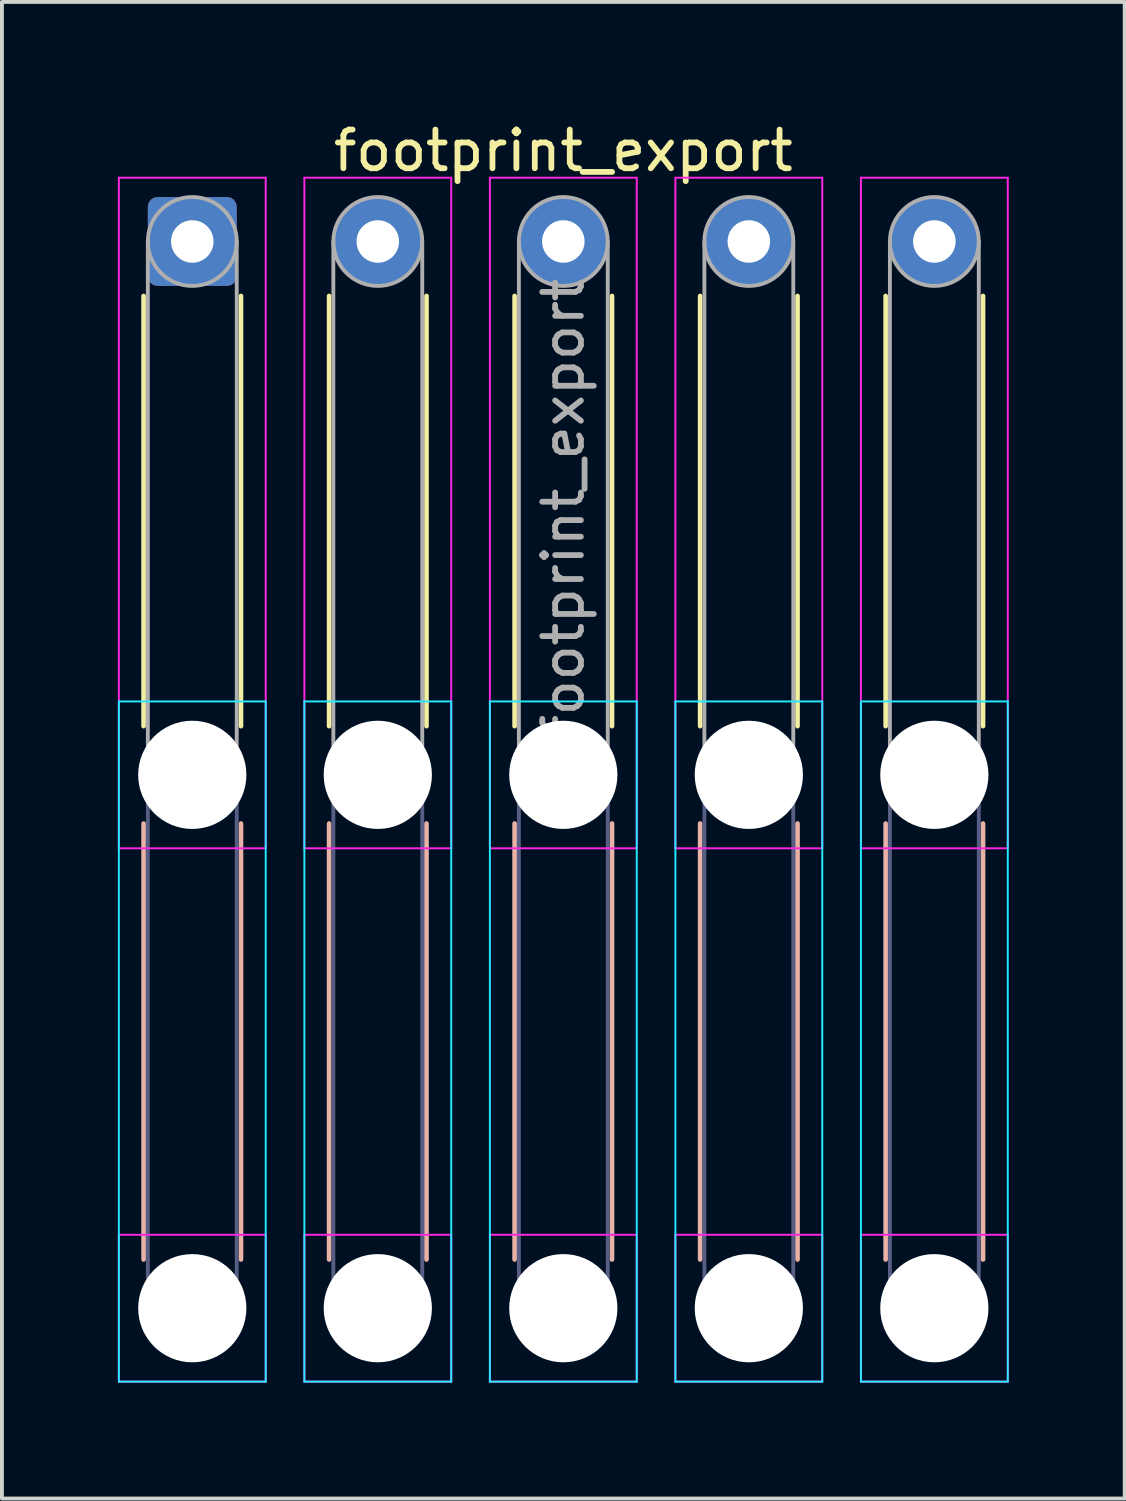
<source format=kicad_pcb>
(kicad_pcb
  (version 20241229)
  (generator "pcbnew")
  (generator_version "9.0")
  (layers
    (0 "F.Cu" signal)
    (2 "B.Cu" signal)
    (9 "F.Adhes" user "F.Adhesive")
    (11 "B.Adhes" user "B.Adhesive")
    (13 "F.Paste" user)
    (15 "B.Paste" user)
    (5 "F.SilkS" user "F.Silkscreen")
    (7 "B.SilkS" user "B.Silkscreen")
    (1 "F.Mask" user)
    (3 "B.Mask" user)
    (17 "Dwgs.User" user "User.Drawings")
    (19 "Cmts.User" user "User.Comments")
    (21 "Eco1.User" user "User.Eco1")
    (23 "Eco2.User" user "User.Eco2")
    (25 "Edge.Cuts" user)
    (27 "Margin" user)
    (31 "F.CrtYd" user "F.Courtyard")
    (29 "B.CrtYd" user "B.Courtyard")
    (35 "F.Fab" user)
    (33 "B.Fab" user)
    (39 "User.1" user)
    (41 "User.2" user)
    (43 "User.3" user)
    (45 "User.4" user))
  (footprint "footprint_export"
    (layer "F.Cu")
    (at 1.925 3.198)
    (property "Reference" "footprint_export" (at 9.6 -2.35 0) (layer "F.SilkS") (effects (font (size 1 1) (thickness 0.15))))
    (attr exclude_from_pos_files exclude_from_bom)
    (fp_line (start -1.26 1.41) (end -1.26 12.54) (stroke (width 0.12) (type solid)) (layer "F.SilkS"))
    (fp_line (start 1.26 1.41) (end 1.26 12.54) (stroke (width 0.12) (type solid)) (layer "F.SilkS"))
    (fp_line (start 3.54 1.41) (end 3.54 12.54) (stroke (width 0.12) (type solid)) (layer "F.SilkS"))
    (fp_line (start 6.06 1.41) (end 6.06 12.54) (stroke (width 0.12) (type solid)) (layer "F.SilkS"))
    (fp_line (start 8.34 1.41) (end 8.34 12.54) (stroke (width 0.12) (type solid)) (layer "F.SilkS"))
    (fp_line (start 10.86 1.41) (end 10.86 12.54) (stroke (width 0.12) (type solid)) (layer "F.SilkS"))
    (fp_line (start 13.14 1.41) (end 13.14 12.54) (stroke (width 0.12) (type solid)) (layer "F.SilkS"))
    (fp_line (start 15.66 1.41) (end 15.66 12.54) (stroke (width 0.12) (type solid)) (layer "F.SilkS"))
    (fp_line (start 17.94 1.41) (end 17.94 12.54) (stroke (width 0.12) (type solid)) (layer "F.SilkS"))
    (fp_line (start 20.46 1.41) (end 20.46 12.54) (stroke (width 0.12) (type solid)) (layer "F.SilkS"))
    (fp_line (start -1.26 15.06) (end -1.26 26.34) (stroke (width 0.12) (type solid)) (layer "B.SilkS"))
    (fp_line (start 1.26 15.06) (end 1.26 26.34) (stroke (width 0.12) (type solid)) (layer "B.SilkS"))
    (fp_line (start 3.54 15.06) (end 3.54 26.34) (stroke (width 0.12) (type solid)) (layer "B.SilkS"))
    (fp_line (start 6.06 15.06) (end 6.06 26.34) (stroke (width 0.12) (type solid)) (layer "B.SilkS"))
    (fp_line (start 8.34 15.06) (end 8.34 26.34) (stroke (width 0.12) (type solid)) (layer "B.SilkS"))
    (fp_line (start 10.86 15.06) (end 10.86 26.34) (stroke (width 0.12) (type solid)) (layer "B.SilkS"))
    (fp_line (start 13.14 15.06) (end 13.14 26.34) (stroke (width 0.12) (type solid)) (layer "B.SilkS"))
    (fp_line (start 15.66 15.06) (end 15.66 26.34) (stroke (width 0.12) (type solid)) (layer "B.SilkS"))
    (fp_line (start 17.94 15.06) (end 17.94 26.34) (stroke (width 0.12) (type solid)) (layer "B.SilkS"))
    (fp_line (start 20.46 15.06) (end 20.46 26.34) (stroke (width 0.12) (type solid)) (layer "B.SilkS"))
    (fp_line (start -1.9 11.9) (end -1.9 29.5) (stroke (width 0.05) (type solid)) (layer "B.CrtYd"))
    (fp_line (start -1.9 29.5) (end 1.9 29.5) (stroke (width 0.05) (type solid)) (layer "B.CrtYd"))
    (fp_line (start 1.9 11.9) (end -1.9 11.9) (stroke (width 0.05) (type solid)) (layer "B.CrtYd"))
    (fp_line (start 1.9 29.5) (end 1.9 11.9) (stroke (width 0.05) (type solid)) (layer "B.CrtYd"))
    (fp_line (start 2.9 11.9) (end 2.9 29.5) (stroke (width 0.05) (type solid)) (layer "B.CrtYd"))
    (fp_line (start 2.9 29.5) (end 6.7 29.5) (stroke (width 0.05) (type solid)) (layer "B.CrtYd"))
    (fp_line (start 6.7 11.9) (end 2.9 11.9) (stroke (width 0.05) (type solid)) (layer "B.CrtYd"))
    (fp_line (start 6.7 29.5) (end 6.7 11.9) (stroke (width 0.05) (type solid)) (layer "B.CrtYd"))
    (fp_line (start 7.7 11.9) (end 7.7 29.5) (stroke (width 0.05) (type solid)) (layer "B.CrtYd"))
    (fp_line (start 7.7 29.5) (end 11.5 29.5) (stroke (width 0.05) (type solid)) (layer "B.CrtYd"))
    (fp_line (start 11.5 11.9) (end 7.7 11.9) (stroke (width 0.05) (type solid)) (layer "B.CrtYd"))
    (fp_line (start 11.5 29.5) (end 11.5 11.9) (stroke (width 0.05) (type solid)) (layer "B.CrtYd"))
    (fp_line (start 12.5 11.9) (end 12.5 29.5) (stroke (width 0.05) (type solid)) (layer "B.CrtYd"))
    (fp_line (start 12.5 29.5) (end 16.3 29.5) (stroke (width 0.05) (type solid)) (layer "B.CrtYd"))
    (fp_line (start 16.3 11.9) (end 12.5 11.9) (stroke (width 0.05) (type solid)) (layer "B.CrtYd"))
    (fp_line (start 16.3 29.5) (end 16.3 11.9) (stroke (width 0.05) (type solid)) (layer "B.CrtYd"))
    (fp_line (start 17.3 11.9) (end 17.3 29.5) (stroke (width 0.05) (type solid)) (layer "B.CrtYd"))
    (fp_line (start 17.3 29.5) (end 21.1 29.5) (stroke (width 0.05) (type solid)) (layer "B.CrtYd"))
    (fp_line (start 21.1 11.9) (end 17.3 11.9) (stroke (width 0.05) (type solid)) (layer "B.CrtYd"))
    (fp_line (start 21.1 29.5) (end 21.1 11.9) (stroke (width 0.05) (type solid)) (layer "B.CrtYd"))
    (fp_line (start -1.9 -1.65) (end -1.9 15.7) (stroke (width 0.05) (type solid)) (layer "F.CrtYd"))
    (fp_line (start -1.9 15.7) (end 1.9 15.7) (stroke (width 0.05) (type solid)) (layer "F.CrtYd"))
    (fp_line (start -1.9 25.7) (end -1.9 29.5) (stroke (width 0.05) (type solid)) (layer "F.CrtYd"))
    (fp_line (start -1.9 29.5) (end 1.9 29.5) (stroke (width 0.05) (type solid)) (layer "F.CrtYd"))
    (fp_line (start 1.9 -1.65) (end -1.9 -1.65) (stroke (width 0.05) (type solid)) (layer "F.CrtYd"))
    (fp_line (start 1.9 15.7) (end 1.9 -1.65) (stroke (width 0.05) (type solid)) (layer "F.CrtYd"))
    (fp_line (start 1.9 25.7) (end -1.9 25.7) (stroke (width 0.05) (type solid)) (layer "F.CrtYd"))
    (fp_line (start 1.9 29.5) (end 1.9 25.7) (stroke (width 0.05) (type solid)) (layer "F.CrtYd"))
    (fp_line (start 2.9 -1.65) (end 2.9 15.7) (stroke (width 0.05) (type solid)) (layer "F.CrtYd"))
    (fp_line (start 2.9 15.7) (end 6.7 15.7) (stroke (width 0.05) (type solid)) (layer "F.CrtYd"))
    (fp_line (start 2.9 25.7) (end 2.9 29.5) (stroke (width 0.05) (type solid)) (layer "F.CrtYd"))
    (fp_line (start 2.9 29.5) (end 6.7 29.5) (stroke (width 0.05) (type solid)) (layer "F.CrtYd"))
    (fp_line (start 6.7 -1.65) (end 2.9 -1.65) (stroke (width 0.05) (type solid)) (layer "F.CrtYd"))
    (fp_line (start 6.7 15.7) (end 6.7 -1.65) (stroke (width 0.05) (type solid)) (layer "F.CrtYd"))
    (fp_line (start 6.7 25.7) (end 2.9 25.7) (stroke (width 0.05) (type solid)) (layer "F.CrtYd"))
    (fp_line (start 6.7 29.5) (end 6.7 25.7) (stroke (width 0.05) (type solid)) (layer "F.CrtYd"))
    (fp_line (start 7.7 -1.65) (end 7.7 15.7) (stroke (width 0.05) (type solid)) (layer "F.CrtYd"))
    (fp_line (start 7.7 15.7) (end 11.5 15.7) (stroke (width 0.05) (type solid)) (layer "F.CrtYd"))
    (fp_line (start 7.7 25.7) (end 7.7 29.5) (stroke (width 0.05) (type solid)) (layer "F.CrtYd"))
    (fp_line (start 7.7 29.5) (end 11.5 29.5) (stroke (width 0.05) (type solid)) (layer "F.CrtYd"))
    (fp_line (start 11.5 -1.65) (end 7.7 -1.65) (stroke (width 0.05) (type solid)) (layer "F.CrtYd"))
    (fp_line (start 11.5 15.7) (end 11.5 -1.65) (stroke (width 0.05) (type solid)) (layer "F.CrtYd"))
    (fp_line (start 11.5 25.7) (end 7.7 25.7) (stroke (width 0.05) (type solid)) (layer "F.CrtYd"))
    (fp_line (start 11.5 29.5) (end 11.5 25.7) (stroke (width 0.05) (type solid)) (layer "F.CrtYd"))
    (fp_line (start 12.5 -1.65) (end 12.5 15.7) (stroke (width 0.05) (type solid)) (layer "F.CrtYd"))
    (fp_line (start 12.5 15.7) (end 16.3 15.7) (stroke (width 0.05) (type solid)) (layer "F.CrtYd"))
    (fp_line (start 12.5 25.7) (end 12.5 29.5) (stroke (width 0.05) (type solid)) (layer "F.CrtYd"))
    (fp_line (start 12.5 29.5) (end 16.3 29.5) (stroke (width 0.05) (type solid)) (layer "F.CrtYd"))
    (fp_line (start 16.3 -1.65) (end 12.5 -1.65) (stroke (width 0.05) (type solid)) (layer "F.CrtYd"))
    (fp_line (start 16.3 15.7) (end 16.3 -1.65) (stroke (width 0.05) (type solid)) (layer "F.CrtYd"))
    (fp_line (start 16.3 25.7) (end 12.5 25.7) (stroke (width 0.05) (type solid)) (layer "F.CrtYd"))
    (fp_line (start 16.3 29.5) (end 16.3 25.7) (stroke (width 0.05) (type solid)) (layer "F.CrtYd"))
    (fp_line (start 17.3 -1.65) (end 17.3 15.7) (stroke (width 0.05) (type solid)) (layer "F.CrtYd"))
    (fp_line (start 17.3 15.7) (end 21.1 15.7) (stroke (width 0.05) (type solid)) (layer "F.CrtYd"))
    (fp_line (start 17.3 25.7) (end 17.3 29.5) (stroke (width 0.05) (type solid)) (layer "F.CrtYd"))
    (fp_line (start 17.3 29.5) (end 21.1 29.5) (stroke (width 0.05) (type solid)) (layer "F.CrtYd"))
    (fp_line (start 21.1 -1.65) (end 17.3 -1.65) (stroke (width 0.05) (type solid)) (layer "F.CrtYd"))
    (fp_line (start 21.1 15.7) (end 21.1 -1.65) (stroke (width 0.05) (type solid)) (layer "F.CrtYd"))
    (fp_line (start 21.1 25.7) (end 17.3 25.7) (stroke (width 0.05) (type solid)) (layer "F.CrtYd"))
    (fp_line (start 21.1 29.5) (end 21.1 25.7) (stroke (width 0.05) (type solid)) (layer "F.CrtYd"))
    (fp_line (start -1.15 13.8) (end -1.15 27.6) (stroke (width 0.1) (type solid)) (layer "B.Fab"))
    (fp_line (start 1.15 13.8) (end 1.15 27.6) (stroke (width 0.1) (type solid)) (layer "B.Fab"))
    (fp_line (start 3.65 13.8) (end 3.65 27.6) (stroke (width 0.1) (type solid)) (layer "B.Fab"))
    (fp_line (start 5.95 13.8) (end 5.95 27.6) (stroke (width 0.1) (type solid)) (layer "B.Fab"))
    (fp_line (start 8.45 13.8) (end 8.45 27.6) (stroke (width 0.1) (type solid)) (layer "B.Fab"))
    (fp_line (start 10.75 13.8) (end 10.75 27.6) (stroke (width 0.1) (type solid)) (layer "B.Fab"))
    (fp_line (start 13.25 13.8) (end 13.25 27.6) (stroke (width 0.1) (type solid)) (layer "B.Fab"))
    (fp_line (start 15.55 13.8) (end 15.55 27.6) (stroke (width 0.1) (type solid)) (layer "B.Fab"))
    (fp_line (start 18.05 13.8) (end 18.05 27.6) (stroke (width 0.1) (type solid)) (layer "B.Fab"))
    (fp_line (start 20.35 13.8) (end 20.35 27.6) (stroke (width 0.1) (type solid)) (layer "B.Fab"))
    (fp_circle (center 0 13.8) (end 1.15 13.8) (stroke (width 0.1) (type solid)) (fill no) (layer "B.Fab"))
    (fp_circle (center 0 27.6) (end 1.15 27.6) (stroke (width 0.1) (type solid)) (fill no) (layer "B.Fab"))
    (fp_circle (center 4.8 13.8) (end 5.95 13.8) (stroke (width 0.1) (type solid)) (fill no) (layer "B.Fab"))
    (fp_circle (center 4.8 27.6) (end 5.95 27.6) (stroke (width 0.1) (type solid)) (fill no) (layer "B.Fab"))
    (fp_circle (center 9.6 13.8) (end 10.75 13.8) (stroke (width 0.1) (type solid)) (fill no) (layer "B.Fab"))
    (fp_circle (center 9.6 27.6) (end 10.75 27.6) (stroke (width 0.1) (type solid)) (fill no) (layer "B.Fab"))
    (fp_circle (center 14.4 13.8) (end 15.55 13.8) (stroke (width 0.1) (type solid)) (fill no) (layer "B.Fab"))
    (fp_circle (center 14.4 27.6) (end 15.55 27.6) (stroke (width 0.1) (type solid)) (fill no) (layer "B.Fab"))
    (fp_circle (center 19.2 13.8) (end 20.35 13.8) (stroke (width 0.1) (type solid)) (fill no) (layer "B.Fab"))
    (fp_circle (center 19.2 27.6) (end 20.35 27.6) (stroke (width 0.1) (type solid)) (fill no) (layer "B.Fab"))
    (fp_line (start -1.15 0) (end -1.15 13.8) (stroke (width 0.1) (type solid)) (layer "F.Fab"))
    (fp_line (start 1.15 0) (end 1.15 13.8) (stroke (width 0.1) (type solid)) (layer "F.Fab"))
    (fp_line (start 3.65 0) (end 3.65 13.8) (stroke (width 0.1) (type solid)) (layer "F.Fab"))
    (fp_line (start 5.95 0) (end 5.95 13.8) (stroke (width 0.1) (type solid)) (layer "F.Fab"))
    (fp_line (start 8.45 0) (end 8.45 13.8) (stroke (width 0.1) (type solid)) (layer "F.Fab"))
    (fp_line (start 10.75 0) (end 10.75 13.8) (stroke (width 0.1) (type solid)) (layer "F.Fab"))
    (fp_line (start 13.25 0) (end 13.25 13.8) (stroke (width 0.1) (type solid)) (layer "F.Fab"))
    (fp_line (start 15.55 0) (end 15.55 13.8) (stroke (width 0.1) (type solid)) (layer "F.Fab"))
    (fp_line (start 18.05 0) (end 18.05 13.8) (stroke (width 0.1) (type solid)) (layer "F.Fab"))
    (fp_line (start 20.35 0) (end 20.35 13.8) (stroke (width 0.1) (type solid)) (layer "F.Fab"))
    (fp_circle (center 0 0) (end 1.15 0) (stroke (width 0.1) (type solid)) (fill no) (layer "F.Fab"))
    (fp_circle (center 0 13.8) (end 1.15 13.8) (stroke (width 0.1) (type solid)) (fill no) (layer "F.Fab"))
    (fp_circle (center 0 27.6) (end 1.15 27.6) (stroke (width 0.1) (type solid)) (fill no) (layer "F.Fab"))
    (fp_circle (center 4.8 0) (end 5.95 0) (stroke (width 0.1) (type solid)) (fill no) (layer "F.Fab"))
    (fp_circle (center 4.8 13.8) (end 5.95 13.8) (stroke (width 0.1) (type solid)) (fill no) (layer "F.Fab"))
    (fp_circle (center 4.8 27.6) (end 5.95 27.6) (stroke (width 0.1) (type solid)) (fill no) (layer "F.Fab"))
    (fp_circle (center 9.6 0) (end 10.75 0) (stroke (width 0.1) (type solid)) (fill no) (layer "F.Fab"))
    (fp_circle (center 9.6 13.8) (end 10.75 13.8) (stroke (width 0.1) (type solid)) (fill no) (layer "F.Fab"))
    (fp_circle (center 9.6 27.6) (end 10.75 27.6) (stroke (width 0.1) (type solid)) (fill no) (layer "F.Fab"))
    (fp_circle (center 14.4 0) (end 15.55 0) (stroke (width 0.1) (type solid)) (fill no) (layer "F.Fab"))
    (fp_circle (center 14.4 13.8) (end 15.55 13.8) (stroke (width 0.1) (type solid)) (fill no) (layer "F.Fab"))
    (fp_circle (center 14.4 27.6) (end 15.55 27.6) (stroke (width 0.1) (type solid)) (fill no) (layer "F.Fab"))
    (fp_circle (center 19.2 0) (end 20.35 0) (stroke (width 0.1) (type solid)) (fill no) (layer "F.Fab"))
    (fp_circle (center 19.2 13.8) (end 20.35 13.8) (stroke (width 0.1) (type solid)) (fill no) (layer "F.Fab"))
    (fp_circle (center 19.2 27.6) (end 20.35 27.6) (stroke (width 0.1) (type solid)) (fill no) (layer "F.Fab"))
    (fp_text user "${REFERENCE}" (at 9.6 6.9 90) (layer "F.Fab") (effects (font (size 1 1) (thickness 0.15))))
    (pad "" np_thru_hole circle (at 0 13.8) (size 2.8 2.8) (drill 2.8) (layers "*.Cu" "*.Mask"))
    (pad "" np_thru_hole circle (at 0 27.6) (size 2.8 2.8) (drill 2.8) (layers "*.Cu" "*.Mask"))
    (pad "" np_thru_hole circle (at 4.8 13.8) (size 2.8 2.8) (drill 2.8) (layers "*.Cu" "*.Mask"))
    (pad "" np_thru_hole circle (at 4.8 27.6) (size 2.8 2.8) (drill 2.8) (layers "*.Cu" "*.Mask"))
    (pad "" np_thru_hole circle (at 9.6 13.8) (size 2.8 2.8) (drill 2.8) (layers "*.Cu" "*.Mask"))
    (pad "" np_thru_hole circle (at 9.6 27.6) (size 2.8 2.8) (drill 2.8) (layers "*.Cu" "*.Mask"))
    (pad "" np_thru_hole circle (at 14.4 13.8) (size 2.8 2.8) (drill 2.8) (layers "*.Cu" "*.Mask"))
    (pad "" np_thru_hole circle (at 14.4 27.6) (size 2.8 2.8) (drill 2.8) (layers "*.Cu" "*.Mask"))
    (pad "" np_thru_hole circle (at 19.2 13.8) (size 2.8 2.8) (drill 2.8) (layers "*.Cu" "*.Mask"))
    (pad "" np_thru_hole circle (at 19.2 27.6) (size 2.8 2.8) (drill 2.8) (layers "*.Cu" "*.Mask"))
    (pad "1" thru_hole roundrect (at 0 0) (size 2.3 2.3) (drill 1.1) (layers "*.Cu" "*.Mask") (roundrect_rratio 0.109))
    (pad "2" thru_hole circle (at 4.8 0) (size 2.3 2.3) (drill 1.1) (layers "*.Cu" "*.Mask"))
    (pad "3" thru_hole circle (at 9.6 0) (size 2.3 2.3) (drill 1.1) (layers "*.Cu" "*.Mask"))
    (pad "4" thru_hole circle (at 14.4 0) (size 2.3 2.3) (drill 1.1) (layers "*.Cu" "*.Mask"))
    (pad "5" thru_hole circle (at 19.2 0) (size 2.3 2.3) (drill 1.1) (layers "*.Cu" "*.Mask")))
  (gr_rect
    (start -3 -3)
    (end 26.05 35.723)
    (stroke (width 0.1) (type default))
    (fill no)
    (layer "Edge.Cuts")))
</source>
